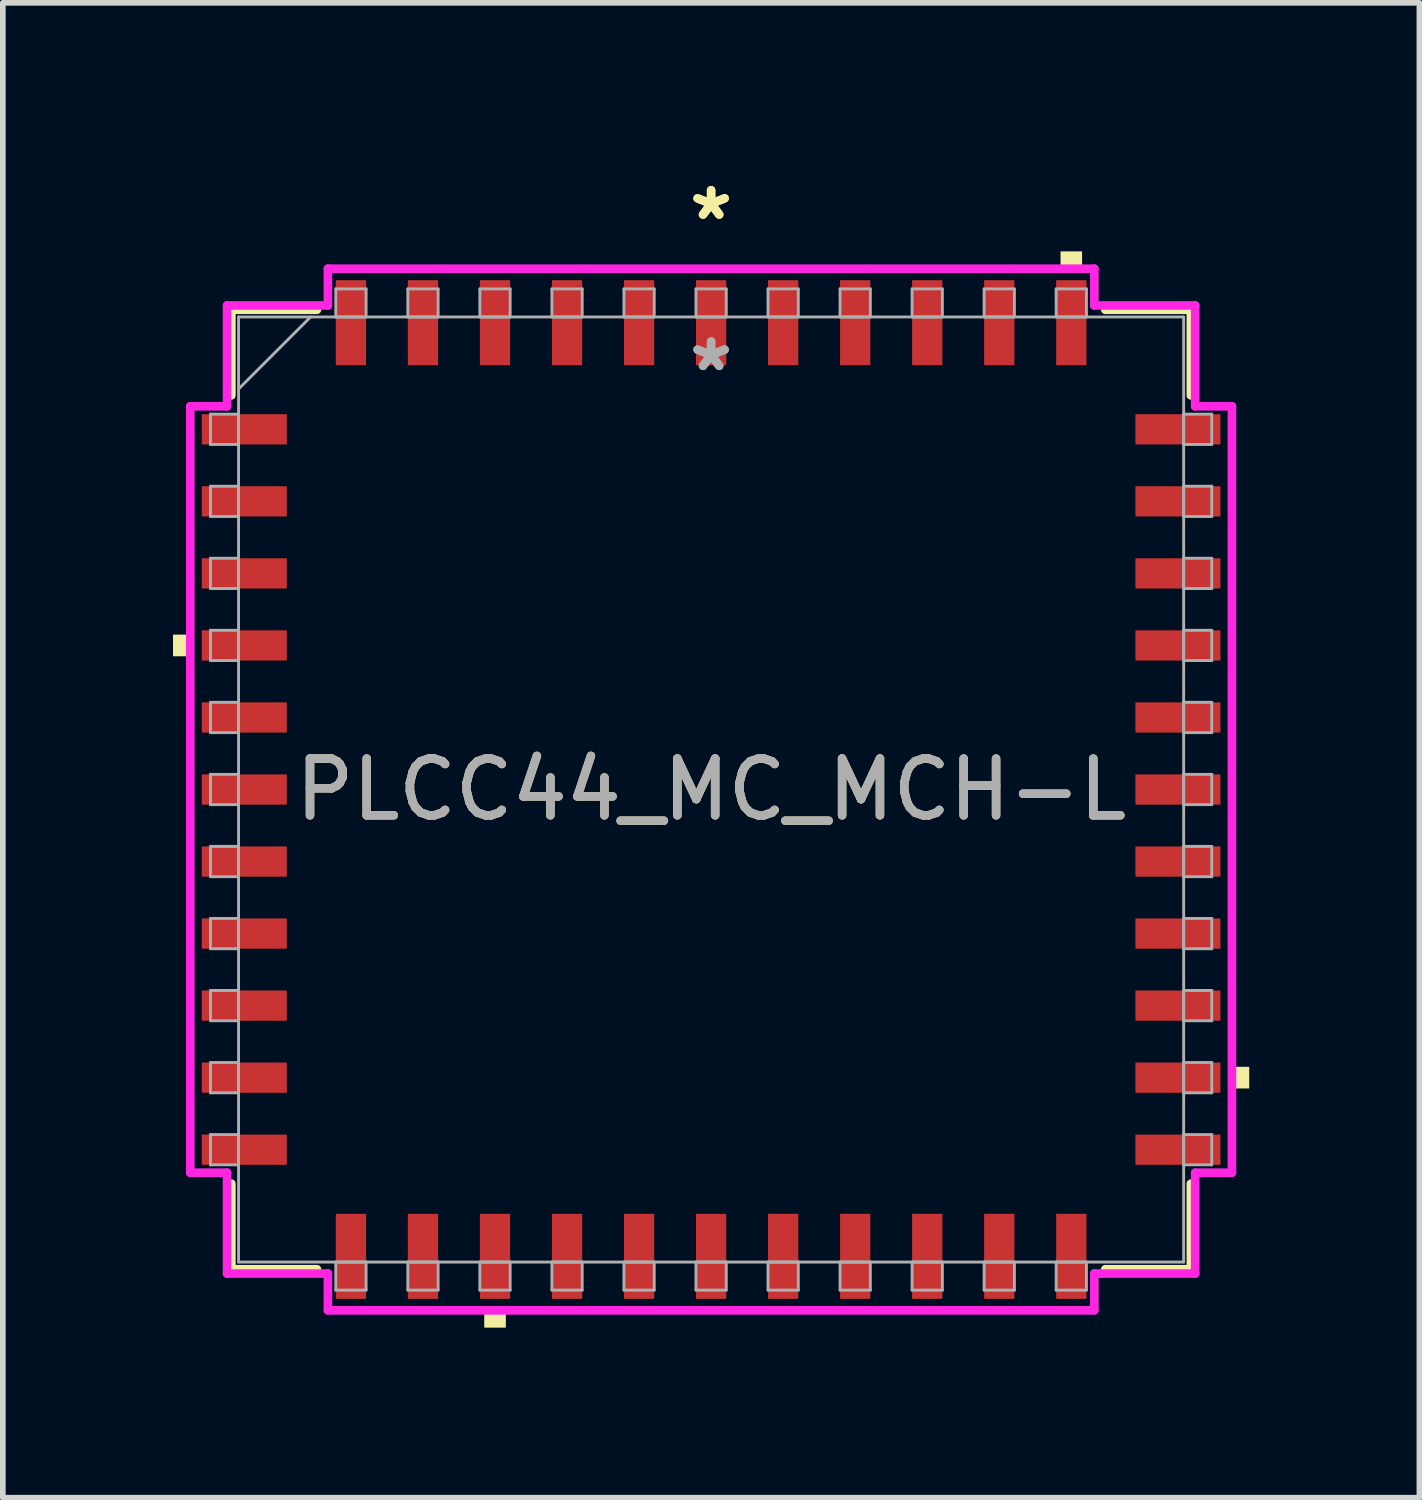
<source format=kicad_pcb>
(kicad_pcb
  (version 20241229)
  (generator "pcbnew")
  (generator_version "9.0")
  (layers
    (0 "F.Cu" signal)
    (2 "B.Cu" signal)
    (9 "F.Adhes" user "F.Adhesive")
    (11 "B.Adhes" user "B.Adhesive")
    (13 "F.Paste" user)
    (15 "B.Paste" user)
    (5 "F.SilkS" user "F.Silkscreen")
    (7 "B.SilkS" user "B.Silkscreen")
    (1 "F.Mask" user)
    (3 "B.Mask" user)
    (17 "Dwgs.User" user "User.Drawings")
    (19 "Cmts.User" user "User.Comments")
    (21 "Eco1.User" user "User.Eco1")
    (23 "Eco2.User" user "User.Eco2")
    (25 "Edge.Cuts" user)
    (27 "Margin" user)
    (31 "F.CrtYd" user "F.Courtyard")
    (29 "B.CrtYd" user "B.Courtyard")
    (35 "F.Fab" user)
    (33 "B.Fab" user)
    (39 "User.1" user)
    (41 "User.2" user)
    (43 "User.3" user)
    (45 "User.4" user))
  (footprint "PLCC44_MC_MCH-L"
    (layer "F.Cu")
    (at 9.487 10.869)
    (property "Reference" "PLCC44_MC_MCH-L" (at 0 0 0) (unlocked yes) (layer "F.SilkS") (effects (font (size 1 1) (thickness 0.15))))
    (attr smd)
    (fp_line (start -8.458 -8.458) (end -8.458 -6.949) (stroke (width 0.152) (type solid)) (layer "F.SilkS"))
    (fp_line (start -8.458 6.949) (end -8.458 8.458) (stroke (width 0.152) (type solid)) (layer "F.SilkS"))
    (fp_line (start -8.458 8.458) (end -6.949 8.458) (stroke (width 0.152) (type solid)) (layer "F.SilkS"))
    (fp_line (start -6.949 -8.458) (end -8.458 -8.458) (stroke (width 0.152) (type solid)) (layer "F.SilkS"))
    (fp_line (start 6.949 8.458) (end 8.458 8.458) (stroke (width 0.152) (type solid)) (layer "F.SilkS"))
    (fp_line (start 8.458 -8.458) (end 6.949 -8.458) (stroke (width 0.152) (type solid)) (layer "F.SilkS"))
    (fp_line (start 8.458 -6.949) (end 8.458 -8.458) (stroke (width 0.152) (type solid)) (layer "F.SilkS"))
    (fp_line (start 8.458 8.458) (end 8.458 6.949) (stroke (width 0.152) (type solid)) (layer "F.SilkS"))
    (fp_poly (pts (xy -9.487 -2.731) (xy -9.487 -2.349) (xy -9.233 -2.349) (xy -9.233 -2.731)) (stroke (width 0) (type solid)) (fill yes) (layer "F.SilkS"))
    (fp_poly (pts (xy -4 9.233) (xy -4 9.487) (xy -3.619 9.487) (xy -3.619 9.233)) (stroke (width 0) (type solid)) (fill yes) (layer "F.SilkS"))
    (fp_poly (pts (xy 6.16 -9.233) (xy 6.16 -9.487) (xy 6.54 -9.487) (xy 6.54 -9.233)) (stroke (width 0) (type solid)) (fill yes) (layer "F.SilkS"))
    (fp_poly (pts (xy 9.487 4.889) (xy 9.487 5.271) (xy 9.233 5.271) (xy 9.233 4.889)) (stroke (width 0) (type solid)) (fill yes) (layer "F.SilkS"))
    (fp_line (start -9.182 -6.756) (end -8.534 -6.756) (stroke (width 0.152) (type solid)) (layer "F.CrtYd"))
    (fp_line (start -9.182 6.756) (end -9.182 -6.756) (stroke (width 0.152) (type solid)) (layer "F.CrtYd"))
    (fp_line (start -9.182 6.756) (end -8.534 6.756) (stroke (width 0.152) (type solid)) (layer "F.CrtYd"))
    (fp_line (start -8.534 -8.534) (end -6.756 -8.534) (stroke (width 0.152) (type solid)) (layer "F.CrtYd"))
    (fp_line (start -8.534 -6.756) (end -8.534 -8.534) (stroke (width 0.152) (type solid)) (layer "F.CrtYd"))
    (fp_line (start -8.534 8.534) (end -8.534 6.756) (stroke (width 0.152) (type solid)) (layer "F.CrtYd"))
    (fp_line (start -6.756 -9.182) (end 6.756 -9.182) (stroke (width 0.152) (type solid)) (layer "F.CrtYd"))
    (fp_line (start -6.756 -8.534) (end -6.756 -9.182) (stroke (width 0.152) (type solid)) (layer "F.CrtYd"))
    (fp_line (start -6.756 8.534) (end -8.534 8.534) (stroke (width 0.152) (type solid)) (layer "F.CrtYd"))
    (fp_line (start -6.756 9.182) (end -6.756 8.534) (stroke (width 0.152) (type solid)) (layer "F.CrtYd"))
    (fp_line (start 6.756 -9.182) (end 6.756 -8.534) (stroke (width 0.152) (type solid)) (layer "F.CrtYd"))
    (fp_line (start 6.756 -8.534) (end 8.534 -8.534) (stroke (width 0.152) (type solid)) (layer "F.CrtYd"))
    (fp_line (start 6.756 8.534) (end 6.756 9.182) (stroke (width 0.152) (type solid)) (layer "F.CrtYd"))
    (fp_line (start 6.756 9.182) (end -6.756 9.182) (stroke (width 0.152) (type solid)) (layer "F.CrtYd"))
    (fp_line (start 8.534 -8.534) (end 8.534 -6.756) (stroke (width 0.152) (type solid)) (layer "F.CrtYd"))
    (fp_line (start 8.534 -6.756) (end 9.182 -6.756) (stroke (width 0.152) (type solid)) (layer "F.CrtYd"))
    (fp_line (start 8.534 6.756) (end 8.534 8.534) (stroke (width 0.152) (type solid)) (layer "F.CrtYd"))
    (fp_line (start 8.534 8.534) (end 6.756 8.534) (stroke (width 0.152) (type solid)) (layer "F.CrtYd"))
    (fp_line (start 9.182 -6.756) (end 9.182 6.756) (stroke (width 0.152) (type solid)) (layer "F.CrtYd"))
    (fp_line (start 9.182 6.756) (end 8.534 6.756) (stroke (width 0.152) (type solid)) (layer "F.CrtYd"))
    (fp_line (start -8.826 -6.617) (end -8.826 -6.083) (stroke (width 0.051) (type solid)) (layer "F.Fab"))
    (fp_line (start -8.826 -6.083) (end -8.331 -6.083) (stroke (width 0.051) (type solid)) (layer "F.Fab"))
    (fp_line (start -8.826 -5.347) (end -8.826 -4.813) (stroke (width 0.051) (type solid)) (layer "F.Fab"))
    (fp_line (start -8.826 -4.813) (end -8.331 -4.813) (stroke (width 0.051) (type solid)) (layer "F.Fab"))
    (fp_line (start -8.826 -4.077) (end -8.826 -3.543) (stroke (width 0.051) (type solid)) (layer "F.Fab"))
    (fp_line (start -8.826 -3.543) (end -8.331 -3.543) (stroke (width 0.051) (type solid)) (layer "F.Fab"))
    (fp_line (start -8.826 -2.807) (end -8.826 -2.273) (stroke (width 0.051) (type solid)) (layer "F.Fab"))
    (fp_line (start -8.826 -2.273) (end -8.331 -2.273) (stroke (width 0.051) (type solid)) (layer "F.Fab"))
    (fp_line (start -8.826 -1.537) (end -8.826 -1.003) (stroke (width 0.051) (type solid)) (layer "F.Fab"))
    (fp_line (start -8.826 -1.003) (end -8.331 -1.003) (stroke (width 0.051) (type solid)) (layer "F.Fab"))
    (fp_line (start -8.826 -0.267) (end -8.826 0.267) (stroke (width 0.051) (type solid)) (layer "F.Fab"))
    (fp_line (start -8.826 0.267) (end -8.331 0.267) (stroke (width 0.051) (type solid)) (layer "F.Fab"))
    (fp_line (start -8.826 1.003) (end -8.826 1.537) (stroke (width 0.051) (type solid)) (layer "F.Fab"))
    (fp_line (start -8.826 1.537) (end -8.331 1.537) (stroke (width 0.051) (type solid)) (layer "F.Fab"))
    (fp_line (start -8.826 2.273) (end -8.826 2.807) (stroke (width 0.051) (type solid)) (layer "F.Fab"))
    (fp_line (start -8.826 2.807) (end -8.331 2.807) (stroke (width 0.051) (type solid)) (layer "F.Fab"))
    (fp_line (start -8.826 3.543) (end -8.826 4.077) (stroke (width 0.051) (type solid)) (layer "F.Fab"))
    (fp_line (start -8.826 4.077) (end -8.331 4.077) (stroke (width 0.051) (type solid)) (layer "F.Fab"))
    (fp_line (start -8.826 4.813) (end -8.826 5.347) (stroke (width 0.051) (type solid)) (layer "F.Fab"))
    (fp_line (start -8.826 5.347) (end -8.331 5.347) (stroke (width 0.051) (type solid)) (layer "F.Fab"))
    (fp_line (start -8.826 6.083) (end -8.826 6.617) (stroke (width 0.051) (type solid)) (layer "F.Fab"))
    (fp_line (start -8.826 6.617) (end -8.331 6.617) (stroke (width 0.051) (type solid)) (layer "F.Fab"))
    (fp_line (start -8.331 -8.331) (end -8.331 8.331) (stroke (width 0.051) (type solid)) (layer "F.Fab"))
    (fp_line (start -8.331 -7.061) (end -7.061 -8.331) (stroke (width 0.051) (type solid)) (layer "F.Fab"))
    (fp_line (start -8.331 -6.617) (end -8.826 -6.617) (stroke (width 0.051) (type solid)) (layer "F.Fab"))
    (fp_line (start -8.331 -6.083) (end -8.331 -6.617) (stroke (width 0.051) (type solid)) (layer "F.Fab"))
    (fp_line (start -8.331 -5.347) (end -8.826 -5.347) (stroke (width 0.051) (type solid)) (layer "F.Fab"))
    (fp_line (start -8.331 -4.813) (end -8.331 -5.347) (stroke (width 0.051) (type solid)) (layer "F.Fab"))
    (fp_line (start -8.331 -4.077) (end -8.826 -4.077) (stroke (width 0.051) (type solid)) (layer "F.Fab"))
    (fp_line (start -8.331 -3.543) (end -8.331 -4.077) (stroke (width 0.051) (type solid)) (layer "F.Fab"))
    (fp_line (start -8.331 -2.807) (end -8.826 -2.807) (stroke (width 0.051) (type solid)) (layer "F.Fab"))
    (fp_line (start -8.331 -2.273) (end -8.331 -2.807) (stroke (width 0.051) (type solid)) (layer "F.Fab"))
    (fp_line (start -8.331 -1.537) (end -8.826 -1.537) (stroke (width 0.051) (type solid)) (layer "F.Fab"))
    (fp_line (start -8.331 -1.003) (end -8.331 -1.537) (stroke (width 0.051) (type solid)) (layer "F.Fab"))
    (fp_line (start -8.331 -0.267) (end -8.826 -0.267) (stroke (width 0.051) (type solid)) (layer "F.Fab"))
    (fp_line (start -8.331 0.267) (end -8.331 -0.267) (stroke (width 0.051) (type solid)) (layer "F.Fab"))
    (fp_line (start -8.331 1.003) (end -8.826 1.003) (stroke (width 0.051) (type solid)) (layer "F.Fab"))
    (fp_line (start -8.331 1.537) (end -8.331 1.003) (stroke (width 0.051) (type solid)) (layer "F.Fab"))
    (fp_line (start -8.331 2.273) (end -8.826 2.273) (stroke (width 0.051) (type solid)) (layer "F.Fab"))
    (fp_line (start -8.331 2.807) (end -8.331 2.273) (stroke (width 0.051) (type solid)) (layer "F.Fab"))
    (fp_line (start -8.331 3.543) (end -8.826 3.543) (stroke (width 0.051) (type solid)) (layer "F.Fab"))
    (fp_line (start -8.331 4.077) (end -8.331 3.543) (stroke (width 0.051) (type solid)) (layer "F.Fab"))
    (fp_line (start -8.331 4.813) (end -8.826 4.813) (stroke (width 0.051) (type solid)) (layer "F.Fab"))
    (fp_line (start -8.331 5.347) (end -8.331 4.813) (stroke (width 0.051) (type solid)) (layer "F.Fab"))
    (fp_line (start -8.331 6.083) (end -8.826 6.083) (stroke (width 0.051) (type solid)) (layer "F.Fab"))
    (fp_line (start -8.331 6.617) (end -8.331 6.083) (stroke (width 0.051) (type solid)) (layer "F.Fab"))
    (fp_line (start -8.331 8.331) (end 8.331 8.331) (stroke (width 0.051) (type solid)) (layer "F.Fab"))
    (fp_line (start -6.617 -8.826) (end -6.617 -8.331) (stroke (width 0.051) (type solid)) (layer "F.Fab"))
    (fp_line (start -6.617 -8.331) (end -6.083 -8.331) (stroke (width 0.051) (type solid)) (layer "F.Fab"))
    (fp_line (start -6.617 8.331) (end -6.617 8.826) (stroke (width 0.051) (type solid)) (layer "F.Fab"))
    (fp_line (start -6.617 8.826) (end -6.083 8.826) (stroke (width 0.051) (type solid)) (layer "F.Fab"))
    (fp_line (start -6.083 -8.826) (end -6.617 -8.826) (stroke (width 0.051) (type solid)) (layer "F.Fab"))
    (fp_line (start -6.083 -8.331) (end -6.083 -8.826) (stroke (width 0.051) (type solid)) (layer "F.Fab"))
    (fp_line (start -6.083 8.331) (end -6.617 8.331) (stroke (width 0.051) (type solid)) (layer "F.Fab"))
    (fp_line (start -6.083 8.826) (end -6.083 8.331) (stroke (width 0.051) (type solid)) (layer "F.Fab"))
    (fp_line (start -5.347 -8.826) (end -5.347 -8.331) (stroke (width 0.051) (type solid)) (layer "F.Fab"))
    (fp_line (start -5.347 -8.331) (end -4.813 -8.331) (stroke (width 0.051) (type solid)) (layer "F.Fab"))
    (fp_line (start -5.347 8.331) (end -5.347 8.826) (stroke (width 0.051) (type solid)) (layer "F.Fab"))
    (fp_line (start -5.347 8.826) (end -4.813 8.826) (stroke (width 0.051) (type solid)) (layer "F.Fab"))
    (fp_line (start -4.813 -8.826) (end -5.347 -8.826) (stroke (width 0.051) (type solid)) (layer "F.Fab"))
    (fp_line (start -4.813 -8.331) (end -4.813 -8.826) (stroke (width 0.051) (type solid)) (layer "F.Fab"))
    (fp_line (start -4.813 8.331) (end -5.347 8.331) (stroke (width 0.051) (type solid)) (layer "F.Fab"))
    (fp_line (start -4.813 8.826) (end -4.813 8.331) (stroke (width 0.051) (type solid)) (layer "F.Fab"))
    (fp_line (start -4.077 -8.826) (end -4.077 -8.331) (stroke (width 0.051) (type solid)) (layer "F.Fab"))
    (fp_line (start -4.077 -8.331) (end -3.543 -8.331) (stroke (width 0.051) (type solid)) (layer "F.Fab"))
    (fp_line (start -4.077 8.331) (end -4.077 8.826) (stroke (width 0.051) (type solid)) (layer "F.Fab"))
    (fp_line (start -4.077 8.826) (end -3.543 8.826) (stroke (width 0.051) (type solid)) (layer "F.Fab"))
    (fp_line (start -3.543 -8.826) (end -4.077 -8.826) (stroke (width 0.051) (type solid)) (layer "F.Fab"))
    (fp_line (start -3.543 -8.331) (end -3.543 -8.826) (stroke (width 0.051) (type solid)) (layer "F.Fab"))
    (fp_line (start -3.543 8.331) (end -4.077 8.331) (stroke (width 0.051) (type solid)) (layer "F.Fab"))
    (fp_line (start -3.543 8.826) (end -3.543 8.331) (stroke (width 0.051) (type solid)) (layer "F.Fab"))
    (fp_line (start -2.807 -8.826) (end -2.807 -8.331) (stroke (width 0.051) (type solid)) (layer "F.Fab"))
    (fp_line (start -2.807 -8.331) (end -2.273 -8.331) (stroke (width 0.051) (type solid)) (layer "F.Fab"))
    (fp_line (start -2.807 8.331) (end -2.807 8.826) (stroke (width 0.051) (type solid)) (layer "F.Fab"))
    (fp_line (start -2.807 8.826) (end -2.273 8.826) (stroke (width 0.051) (type solid)) (layer "F.Fab"))
    (fp_line (start -2.273 -8.826) (end -2.807 -8.826) (stroke (width 0.051) (type solid)) (layer "F.Fab"))
    (fp_line (start -2.273 -8.331) (end -2.273 -8.826) (stroke (width 0.051) (type solid)) (layer "F.Fab"))
    (fp_line (start -2.273 8.331) (end -2.807 8.331) (stroke (width 0.051) (type solid)) (layer "F.Fab"))
    (fp_line (start -2.273 8.826) (end -2.273 8.331) (stroke (width 0.051) (type solid)) (layer "F.Fab"))
    (fp_line (start -1.537 -8.826) (end -1.537 -8.331) (stroke (width 0.051) (type solid)) (layer "F.Fab"))
    (fp_line (start -1.537 -8.331) (end -1.003 -8.331) (stroke (width 0.051) (type solid)) (layer "F.Fab"))
    (fp_line (start -1.537 8.331) (end -1.537 8.826) (stroke (width 0.051) (type solid)) (layer "F.Fab"))
    (fp_line (start -1.537 8.826) (end -1.003 8.826) (stroke (width 0.051) (type solid)) (layer "F.Fab"))
    (fp_line (start -1.003 -8.826) (end -1.537 -8.826) (stroke (width 0.051) (type solid)) (layer "F.Fab"))
    (fp_line (start -1.003 -8.331) (end -1.003 -8.826) (stroke (width 0.051) (type solid)) (layer "F.Fab"))
    (fp_line (start -1.003 8.331) (end -1.537 8.331) (stroke (width 0.051) (type solid)) (layer "F.Fab"))
    (fp_line (start -1.003 8.826) (end -1.003 8.331) (stroke (width 0.051) (type solid)) (layer "F.Fab"))
    (fp_line (start -0.267 -8.826) (end -0.267 -8.331) (stroke (width 0.051) (type solid)) (layer "F.Fab"))
    (fp_line (start -0.267 -8.331) (end 0.267 -8.331) (stroke (width 0.051) (type solid)) (layer "F.Fab"))
    (fp_line (start -0.267 8.331) (end -0.267 8.826) (stroke (width 0.051) (type solid)) (layer "F.Fab"))
    (fp_line (start -0.267 8.826) (end 0.267 8.826) (stroke (width 0.051) (type solid)) (layer "F.Fab"))
    (fp_line (start 0.267 -8.826) (end -0.267 -8.826) (stroke (width 0.051) (type solid)) (layer "F.Fab"))
    (fp_line (start 0.267 -8.331) (end 0.267 -8.826) (stroke (width 0.051) (type solid)) (layer "F.Fab"))
    (fp_line (start 0.267 8.331) (end -0.267 8.331) (stroke (width 0.051) (type solid)) (layer "F.Fab"))
    (fp_line (start 0.267 8.826) (end 0.267 8.331) (stroke (width 0.051) (type solid)) (layer "F.Fab"))
    (fp_line (start 1.003 -8.826) (end 1.003 -8.331) (stroke (width 0.051) (type solid)) (layer "F.Fab"))
    (fp_line (start 1.003 -8.331) (end 1.537 -8.331) (stroke (width 0.051) (type solid)) (layer "F.Fab"))
    (fp_line (start 1.003 8.331) (end 1.003 8.826) (stroke (width 0.051) (type solid)) (layer "F.Fab"))
    (fp_line (start 1.003 8.826) (end 1.537 8.826) (stroke (width 0.051) (type solid)) (layer "F.Fab"))
    (fp_line (start 1.537 -8.826) (end 1.003 -8.826) (stroke (width 0.051) (type solid)) (layer "F.Fab"))
    (fp_line (start 1.537 -8.331) (end 1.537 -8.826) (stroke (width 0.051) (type solid)) (layer "F.Fab"))
    (fp_line (start 1.537 8.331) (end 1.003 8.331) (stroke (width 0.051) (type solid)) (layer "F.Fab"))
    (fp_line (start 1.537 8.826) (end 1.537 8.331) (stroke (width 0.051) (type solid)) (layer "F.Fab"))
    (fp_line (start 2.273 -8.826) (end 2.273 -8.331) (stroke (width 0.051) (type solid)) (layer "F.Fab"))
    (fp_line (start 2.273 -8.331) (end 2.807 -8.331) (stroke (width 0.051) (type solid)) (layer "F.Fab"))
    (fp_line (start 2.273 8.331) (end 2.273 8.826) (stroke (width 0.051) (type solid)) (layer "F.Fab"))
    (fp_line (start 2.273 8.826) (end 2.807 8.826) (stroke (width 0.051) (type solid)) (layer "F.Fab"))
    (fp_line (start 2.807 -8.826) (end 2.273 -8.826) (stroke (width 0.051) (type solid)) (layer "F.Fab"))
    (fp_line (start 2.807 -8.331) (end 2.807 -8.826) (stroke (width 0.051) (type solid)) (layer "F.Fab"))
    (fp_line (start 2.807 8.331) (end 2.273 8.331) (stroke (width 0.051) (type solid)) (layer "F.Fab"))
    (fp_line (start 2.807 8.826) (end 2.807 8.331) (stroke (width 0.051) (type solid)) (layer "F.Fab"))
    (fp_line (start 3.543 -8.826) (end 3.543 -8.331) (stroke (width 0.051) (type solid)) (layer "F.Fab"))
    (fp_line (start 3.543 -8.331) (end 4.077 -8.331) (stroke (width 0.051) (type solid)) (layer "F.Fab"))
    (fp_line (start 3.543 8.331) (end 3.543 8.826) (stroke (width 0.051) (type solid)) (layer "F.Fab"))
    (fp_line (start 3.543 8.826) (end 4.077 8.826) (stroke (width 0.051) (type solid)) (layer "F.Fab"))
    (fp_line (start 4.077 -8.826) (end 3.543 -8.826) (stroke (width 0.051) (type solid)) (layer "F.Fab"))
    (fp_line (start 4.077 -8.331) (end 4.077 -8.826) (stroke (width 0.051) (type solid)) (layer "F.Fab"))
    (fp_line (start 4.077 8.331) (end 3.543 8.331) (stroke (width 0.051) (type solid)) (layer "F.Fab"))
    (fp_line (start 4.077 8.826) (end 4.077 8.331) (stroke (width 0.051) (type solid)) (layer "F.Fab"))
    (fp_line (start 4.813 -8.826) (end 4.813 -8.331) (stroke (width 0.051) (type solid)) (layer "F.Fab"))
    (fp_line (start 4.813 -8.331) (end 5.347 -8.331) (stroke (width 0.051) (type solid)) (layer "F.Fab"))
    (fp_line (start 4.813 8.331) (end 4.813 8.826) (stroke (width 0.051) (type solid)) (layer "F.Fab"))
    (fp_line (start 4.813 8.826) (end 5.347 8.826) (stroke (width 0.051) (type solid)) (layer "F.Fab"))
    (fp_line (start 5.347 -8.826) (end 4.813 -8.826) (stroke (width 0.051) (type solid)) (layer "F.Fab"))
    (fp_line (start 5.347 -8.331) (end 5.347 -8.826) (stroke (width 0.051) (type solid)) (layer "F.Fab"))
    (fp_line (start 5.347 8.331) (end 4.813 8.331) (stroke (width 0.051) (type solid)) (layer "F.Fab"))
    (fp_line (start 5.347 8.826) (end 5.347 8.331) (stroke (width 0.051) (type solid)) (layer "F.Fab"))
    (fp_line (start 6.083 -8.826) (end 6.083 -8.331) (stroke (width 0.051) (type solid)) (layer "F.Fab"))
    (fp_line (start 6.083 -8.331) (end 6.617 -8.331) (stroke (width 0.051) (type solid)) (layer "F.Fab"))
    (fp_line (start 6.083 8.331) (end 6.083 8.826) (stroke (width 0.051) (type solid)) (layer "F.Fab"))
    (fp_line (start 6.083 8.826) (end 6.617 8.826) (stroke (width 0.051) (type solid)) (layer "F.Fab"))
    (fp_line (start 6.617 -8.826) (end 6.083 -8.826) (stroke (width 0.051) (type solid)) (layer "F.Fab"))
    (fp_line (start 6.617 -8.331) (end 6.617 -8.826) (stroke (width 0.051) (type solid)) (layer "F.Fab"))
    (fp_line (start 6.617 8.331) (end 6.083 8.331) (stroke (width 0.051) (type solid)) (layer "F.Fab"))
    (fp_line (start 6.617 8.826) (end 6.617 8.331) (stroke (width 0.051) (type solid)) (layer "F.Fab"))
    (fp_line (start 8.331 -8.331) (end -8.331 -8.331) (stroke (width 0.051) (type solid)) (layer "F.Fab"))
    (fp_line (start 8.331 -6.617) (end 8.331 -6.083) (stroke (width 0.051) (type solid)) (layer "F.Fab"))
    (fp_line (start 8.331 -6.083) (end 8.826 -6.083) (stroke (width 0.051) (type solid)) (layer "F.Fab"))
    (fp_line (start 8.331 -5.347) (end 8.331 -4.813) (stroke (width 0.051) (type solid)) (layer "F.Fab"))
    (fp_line (start 8.331 -4.813) (end 8.826 -4.813) (stroke (width 0.051) (type solid)) (layer "F.Fab"))
    (fp_line (start 8.331 -4.077) (end 8.331 -3.543) (stroke (width 0.051) (type solid)) (layer "F.Fab"))
    (fp_line (start 8.331 -3.543) (end 8.826 -3.543) (stroke (width 0.051) (type solid)) (layer "F.Fab"))
    (fp_line (start 8.331 -2.807) (end 8.331 -2.273) (stroke (width 0.051) (type solid)) (layer "F.Fab"))
    (fp_line (start 8.331 -2.273) (end 8.826 -2.273) (stroke (width 0.051) (type solid)) (layer "F.Fab"))
    (fp_line (start 8.331 -1.537) (end 8.331 -1.003) (stroke (width 0.051) (type solid)) (layer "F.Fab"))
    (fp_line (start 8.331 -1.003) (end 8.826 -1.003) (stroke (width 0.051) (type solid)) (layer "F.Fab"))
    (fp_line (start 8.331 -0.267) (end 8.331 0.267) (stroke (width 0.051) (type solid)) (layer "F.Fab"))
    (fp_line (start 8.331 0.267) (end 8.826 0.267) (stroke (width 0.051) (type solid)) (layer "F.Fab"))
    (fp_line (start 8.331 1.003) (end 8.331 1.537) (stroke (width 0.051) (type solid)) (layer "F.Fab"))
    (fp_line (start 8.331 1.537) (end 8.826 1.537) (stroke (width 0.051) (type solid)) (layer "F.Fab"))
    (fp_line (start 8.331 2.273) (end 8.331 2.807) (stroke (width 0.051) (type solid)) (layer "F.Fab"))
    (fp_line (start 8.331 2.807) (end 8.826 2.807) (stroke (width 0.051) (type solid)) (layer "F.Fab"))
    (fp_line (start 8.331 3.543) (end 8.331 4.077) (stroke (width 0.051) (type solid)) (layer "F.Fab"))
    (fp_line (start 8.331 4.077) (end 8.826 4.077) (stroke (width 0.051) (type solid)) (layer "F.Fab"))
    (fp_line (start 8.331 4.813) (end 8.331 5.347) (stroke (width 0.051) (type solid)) (layer "F.Fab"))
    (fp_line (start 8.331 5.347) (end 8.826 5.347) (stroke (width 0.051) (type solid)) (layer "F.Fab"))
    (fp_line (start 8.331 6.083) (end 8.331 6.617) (stroke (width 0.051) (type solid)) (layer "F.Fab"))
    (fp_line (start 8.331 6.617) (end 8.826 6.617) (stroke (width 0.051) (type solid)) (layer "F.Fab"))
    (fp_line (start 8.331 8.331) (end 8.331 -8.331) (stroke (width 0.051) (type solid)) (layer "F.Fab"))
    (fp_line (start 8.826 -6.617) (end 8.331 -6.617) (stroke (width 0.051) (type solid)) (layer "F.Fab"))
    (fp_line (start 8.826 -6.083) (end 8.826 -6.617) (stroke (width 0.051) (type solid)) (layer "F.Fab"))
    (fp_line (start 8.826 -5.347) (end 8.331 -5.347) (stroke (width 0.051) (type solid)) (layer "F.Fab"))
    (fp_line (start 8.826 -4.813) (end 8.826 -5.347) (stroke (width 0.051) (type solid)) (layer "F.Fab"))
    (fp_line (start 8.826 -4.077) (end 8.331 -4.077) (stroke (width 0.051) (type solid)) (layer "F.Fab"))
    (fp_line (start 8.826 -3.543) (end 8.826 -4.077) (stroke (width 0.051) (type solid)) (layer "F.Fab"))
    (fp_line (start 8.826 -2.807) (end 8.331 -2.807) (stroke (width 0.051) (type solid)) (layer "F.Fab"))
    (fp_line (start 8.826 -2.273) (end 8.826 -2.807) (stroke (width 0.051) (type solid)) (layer "F.Fab"))
    (fp_line (start 8.826 -1.537) (end 8.331 -1.537) (stroke (width 0.051) (type solid)) (layer "F.Fab"))
    (fp_line (start 8.826 -1.003) (end 8.826 -1.537) (stroke (width 0.051) (type solid)) (layer "F.Fab"))
    (fp_line (start 8.826 -0.267) (end 8.331 -0.267) (stroke (width 0.051) (type solid)) (layer "F.Fab"))
    (fp_line (start 8.826 0.267) (end 8.826 -0.267) (stroke (width 0.051) (type solid)) (layer "F.Fab"))
    (fp_line (start 8.826 1.003) (end 8.331 1.003) (stroke (width 0.051) (type solid)) (layer "F.Fab"))
    (fp_line (start 8.826 1.537) (end 8.826 1.003) (stroke (width 0.051) (type solid)) (layer "F.Fab"))
    (fp_line (start 8.826 2.273) (end 8.331 2.273) (stroke (width 0.051) (type solid)) (layer "F.Fab"))
    (fp_line (start 8.826 2.807) (end 8.826 2.273) (stroke (width 0.051) (type solid)) (layer "F.Fab"))
    (fp_line (start 8.826 3.543) (end 8.331 3.543) (stroke (width 0.051) (type solid)) (layer "F.Fab"))
    (fp_line (start 8.826 4.077) (end 8.826 3.543) (stroke (width 0.051) (type solid)) (layer "F.Fab"))
    (fp_line (start 8.826 4.813) (end 8.331 4.813) (stroke (width 0.051) (type solid)) (layer "F.Fab"))
    (fp_line (start 8.826 5.347) (end 8.826 4.813) (stroke (width 0.051) (type solid)) (layer "F.Fab"))
    (fp_line (start 8.826 6.083) (end 8.331 6.083) (stroke (width 0.051) (type solid)) (layer "F.Fab"))
    (fp_line (start 8.826 6.617) (end 8.826 6.083) (stroke (width 0.051) (type solid)) (layer "F.Fab"))
    (fp_text user "*" (at 0 -10.02 0) (unlocked yes) (layer "F.SilkS") (effects (font (size 1 1) (thickness 0.15))))
    (fp_text user "*" (at 0 -10.02 0) (layer "F.SilkS") (effects (font (size 1 1) (thickness 0.15))))
    (fp_text user "*" (at 0 -7.353 0) (unlocked yes) (layer "F.Fab") (effects (font (size 1 1) (thickness 0.15))))
    (fp_text user "*" (at 0 -7.353 0) (layer "F.Fab") (effects (font (size 1 1) (thickness 0.15))))
    (fp_text user "${REFERENCE}" (at 0 0 0) (unlocked yes) (layer "F.Fab") (effects (font (size 1 1) (thickness 0.15))))
    (pad "1" smd rect (at 0 -8.23) (size 0.533 1.499) (layers "F.Cu" "F.Mask" "F.Paste"))
    (pad "2" smd rect (at -1.27 -8.23) (size 0.533 1.499) (layers "F.Cu" "F.Mask" "F.Paste"))
    (pad "3" smd rect (at -2.54 -8.23) (size 0.533 1.499) (layers "F.Cu" "F.Mask" "F.Paste"))
    (pad "4" smd rect (at -3.81 -8.23) (size 0.533 1.499) (layers "F.Cu" "F.Mask" "F.Paste"))
    (pad "5" smd rect (at -5.08 -8.23) (size 0.533 1.499) (layers "F.Cu" "F.Mask" "F.Paste"))
    (pad "6" smd rect (at -6.35 -8.23) (size 0.533 1.499) (layers "F.Cu" "F.Mask" "F.Paste"))
    (pad "7" smd rect (at -8.23 -6.35 90) (size 0.533 1.499) (layers "F.Cu" "F.Mask" "F.Paste"))
    (pad "8" smd rect (at -8.23 -5.08 90) (size 0.533 1.499) (layers "F.Cu" "F.Mask" "F.Paste"))
    (pad "9" smd rect (at -8.23 -3.81 90) (size 0.533 1.499) (layers "F.Cu" "F.Mask" "F.Paste"))
    (pad "10" smd rect (at -8.23 -2.54 90) (size 0.533 1.499) (layers "F.Cu" "F.Mask" "F.Paste"))
    (pad "11" smd rect (at -8.23 -1.27 90) (size 0.533 1.499) (layers "F.Cu" "F.Mask" "F.Paste"))
    (pad "12" smd rect (at -8.23 0 90) (size 0.533 1.499) (layers "F.Cu" "F.Mask" "F.Paste"))
    (pad "13" smd rect (at -8.23 1.27 90) (size 0.533 1.499) (layers "F.Cu" "F.Mask" "F.Paste"))
    (pad "14" smd rect (at -8.23 2.54 90) (size 0.533 1.499) (layers "F.Cu" "F.Mask" "F.Paste"))
    (pad "15" smd rect (at -8.23 3.81 90) (size 0.533 1.499) (layers "F.Cu" "F.Mask" "F.Paste"))
    (pad "16" smd rect (at -8.23 5.08 90) (size 0.533 1.499) (layers "F.Cu" "F.Mask" "F.Paste"))
    (pad "17" smd rect (at -8.23 6.35 90) (size 0.533 1.499) (layers "F.Cu" "F.Mask" "F.Paste"))
    (pad "18" smd rect (at -6.35 8.23) (size 0.533 1.499) (layers "F.Cu" "F.Mask" "F.Paste"))
    (pad "19" smd rect (at -5.08 8.23) (size 0.533 1.499) (layers "F.Cu" "F.Mask" "F.Paste"))
    (pad "20" smd rect (at -3.81 8.23) (size 0.533 1.499) (layers "F.Cu" "F.Mask" "F.Paste"))
    (pad "21" smd rect (at -2.54 8.23) (size 0.533 1.499) (layers "F.Cu" "F.Mask" "F.Paste"))
    (pad "22" smd rect (at -1.27 8.23) (size 0.533 1.499) (layers "F.Cu" "F.Mask" "F.Paste"))
    (pad "23" smd rect (at 0 8.23) (size 0.533 1.499) (layers "F.Cu" "F.Mask" "F.Paste"))
    (pad "24" smd rect (at 1.27 8.23) (size 0.533 1.499) (layers "F.Cu" "F.Mask" "F.Paste"))
    (pad "25" smd rect (at 2.54 8.23) (size 0.533 1.499) (layers "F.Cu" "F.Mask" "F.Paste"))
    (pad "26" smd rect (at 3.81 8.23) (size 0.533 1.499) (layers "F.Cu" "F.Mask" "F.Paste"))
    (pad "27" smd rect (at 5.08 8.23) (size 0.533 1.499) (layers "F.Cu" "F.Mask" "F.Paste"))
    (pad "28" smd rect (at 6.35 8.23) (size 0.533 1.499) (layers "F.Cu" "F.Mask" "F.Paste"))
    (pad "29" smd rect (at 8.23 6.35 90) (size 0.533 1.499) (layers "F.Cu" "F.Mask" "F.Paste"))
    (pad "30" smd rect (at 8.23 5.08 90) (size 0.533 1.499) (layers "F.Cu" "F.Mask" "F.Paste"))
    (pad "31" smd rect (at 8.23 3.81 90) (size 0.533 1.499) (layers "F.Cu" "F.Mask" "F.Paste"))
    (pad "32" smd rect (at 8.23 2.54 90) (size 0.533 1.499) (layers "F.Cu" "F.Mask" "F.Paste"))
    (pad "33" smd rect (at 8.23 1.27 90) (size 0.533 1.499) (layers "F.Cu" "F.Mask" "F.Paste"))
    (pad "34" smd rect (at 8.23 0 90) (size 0.533 1.499) (layers "F.Cu" "F.Mask" "F.Paste"))
    (pad "35" smd rect (at 8.23 -1.27 90) (size 0.533 1.499) (layers "F.Cu" "F.Mask" "F.Paste"))
    (pad "36" smd rect (at 8.23 -2.54 90) (size 0.533 1.499) (layers "F.Cu" "F.Mask" "F.Paste"))
    (pad "37" smd rect (at 8.23 -3.81 90) (size 0.533 1.499) (layers "F.Cu" "F.Mask" "F.Paste"))
    (pad "38" smd rect (at 8.23 -5.08 90) (size 0.533 1.499) (layers "F.Cu" "F.Mask" "F.Paste"))
    (pad "39" smd rect (at 8.23 -6.35 90) (size 0.533 1.499) (layers "F.Cu" "F.Mask" "F.Paste"))
    (pad "40" smd rect (at 6.35 -8.23) (size 0.533 1.499) (layers "F.Cu" "F.Mask" "F.Paste"))
    (pad "41" smd rect (at 5.08 -8.23) (size 0.533 1.499) (layers "F.Cu" "F.Mask" "F.Paste"))
    (pad "42" smd rect (at 3.81 -8.23) (size 0.533 1.499) (layers "F.Cu" "F.Mask" "F.Paste"))
    (pad "43" smd rect (at 2.54 -8.23) (size 0.533 1.499) (layers "F.Cu" "F.Mask" "F.Paste"))
    (pad "44" smd rect (at 1.27 -8.23) (size 0.533 1.499) (layers "F.Cu" "F.Mask" "F.Paste")))
  (gr_rect
    (start -3 -3)
    (end 21.974 23.355)
    (stroke (width 0.1) (type default))
    (fill no)
    (layer "Edge.Cuts")))
</source>
